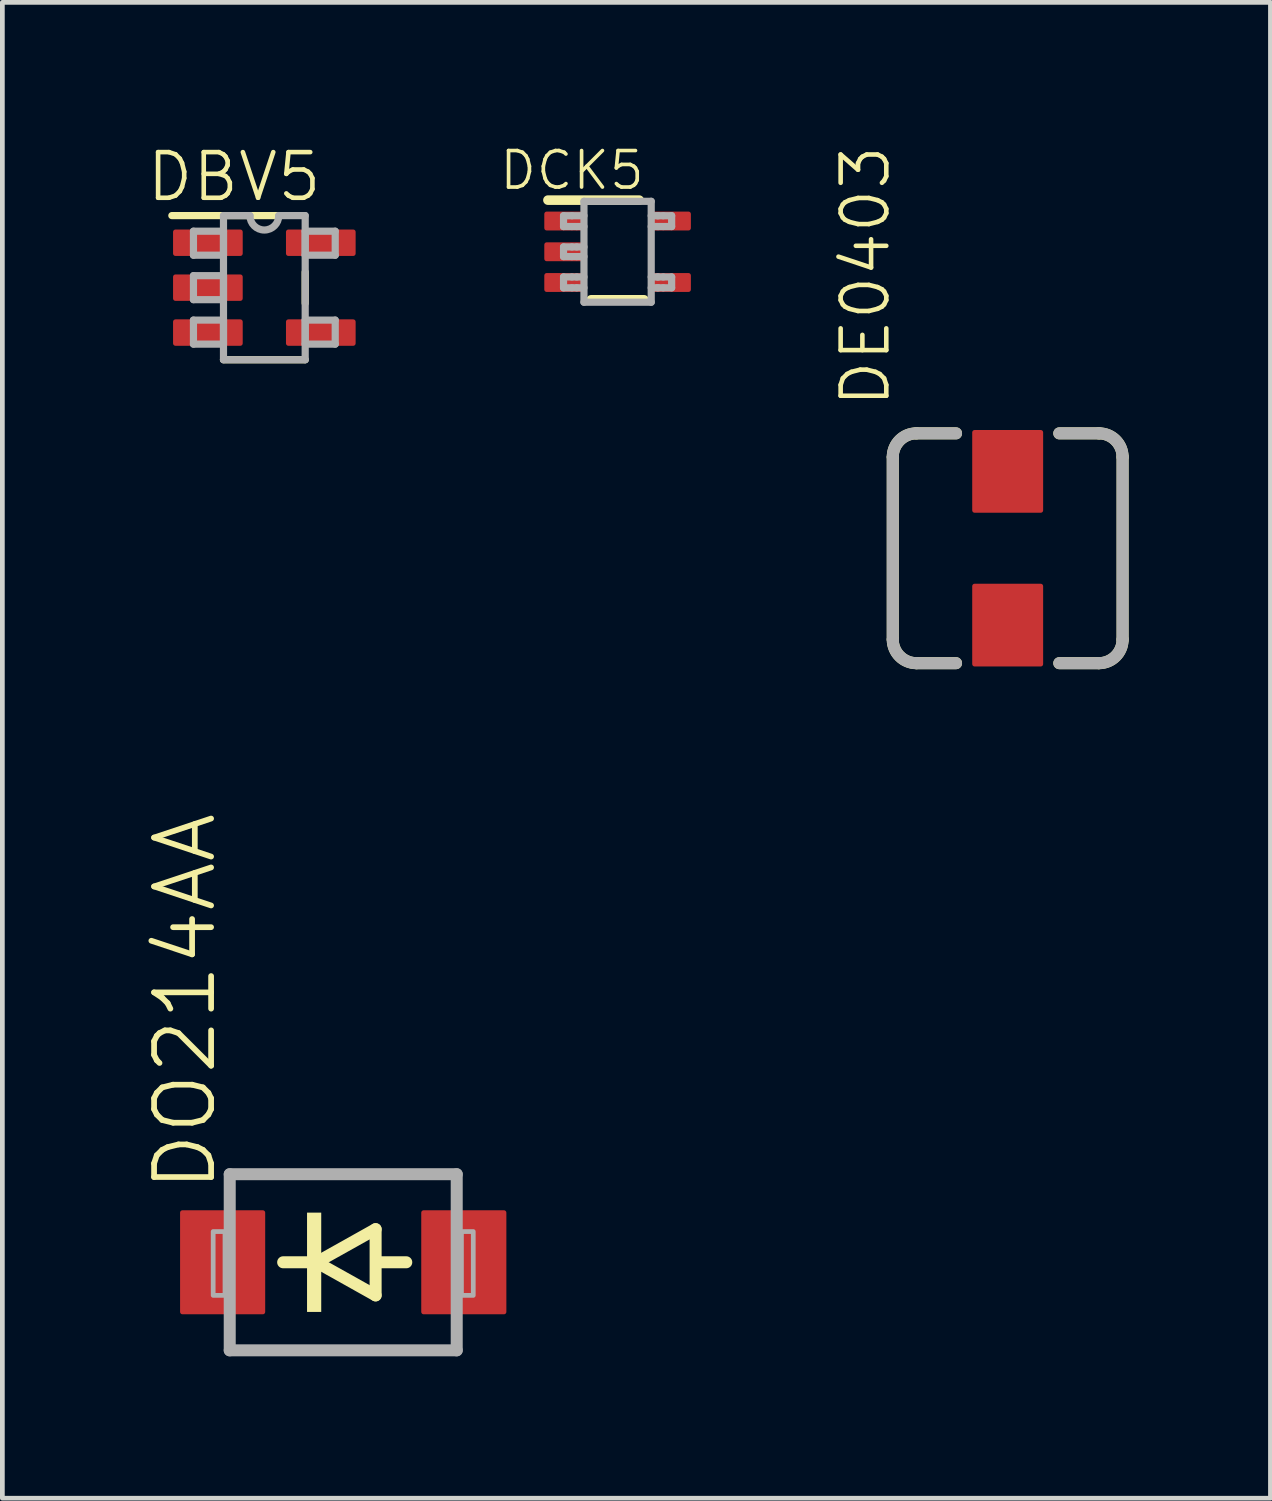
<source format=kicad_pcb>
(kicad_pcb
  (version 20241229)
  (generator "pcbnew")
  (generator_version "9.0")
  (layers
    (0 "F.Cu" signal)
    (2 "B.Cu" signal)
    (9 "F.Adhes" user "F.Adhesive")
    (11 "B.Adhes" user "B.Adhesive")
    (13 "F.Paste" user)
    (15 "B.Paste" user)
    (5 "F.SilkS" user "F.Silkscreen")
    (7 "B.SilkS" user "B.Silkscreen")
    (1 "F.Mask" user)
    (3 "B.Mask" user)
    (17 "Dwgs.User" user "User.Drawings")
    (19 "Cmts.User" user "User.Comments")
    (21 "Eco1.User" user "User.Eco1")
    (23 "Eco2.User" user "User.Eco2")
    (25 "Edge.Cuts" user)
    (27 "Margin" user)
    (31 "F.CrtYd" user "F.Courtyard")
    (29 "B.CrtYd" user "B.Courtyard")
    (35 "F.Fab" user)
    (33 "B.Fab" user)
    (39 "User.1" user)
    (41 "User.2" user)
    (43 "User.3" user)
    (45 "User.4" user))
  (footprint "DCK5"
    (layer "F.Cu")
    (at 10.01 2.274)
    (property "Reference" "DCK5" (at -2.54 -1.27 0) (layer "F.SilkS") (effects (font (size 0.772 0.772) (thickness 0.077)) (justify left bottom)))
    (attr through_hole)
    (fp_line (start -1.473 -1.092) (end 0.457 -1.092) (stroke (width 0.203) (type solid)) (layer "F.SilkS"))
    (fp_line (start -0.559 1.016) (end 0.559 1.016) (stroke (width 0.203) (type solid)) (layer "F.SilkS"))
    (fp_line (start -1.143 -0.762) (end -0.965 -0.762) (stroke (width 0.152) (type solid)) (layer "F.Fab"))
    (fp_line (start -1.143 -0.533) (end -1.143 -0.762) (stroke (width 0.152) (type solid)) (layer "F.Fab"))
    (fp_line (start -1.143 -0.533) (end -0.965 -0.533) (stroke (width 0.152) (type solid)) (layer "F.Fab"))
    (fp_line (start -1.143 -0.102) (end -0.965 -0.102) (stroke (width 0.152) (type solid)) (layer "F.Fab"))
    (fp_line (start -1.143 0.102) (end -1.143 -0.102) (stroke (width 0.152) (type solid)) (layer "F.Fab"))
    (fp_line (start -1.143 0.102) (end -0.965 0.102) (stroke (width 0.152) (type solid)) (layer "F.Fab"))
    (fp_line (start -1.143 0.533) (end -0.965 0.533) (stroke (width 0.152) (type solid)) (layer "F.Fab"))
    (fp_line (start -1.143 0.762) (end -1.143 0.533) (stroke (width 0.152) (type solid)) (layer "F.Fab"))
    (fp_line (start -1.143 0.762) (end -0.965 0.762) (stroke (width 0.152) (type solid)) (layer "F.Fab"))
    (fp_line (start -0.965 -0.762) (end -0.711 -0.762) (stroke (width 0.152) (type solid)) (layer "F.Fab"))
    (fp_line (start -0.965 -0.533) (end -0.864 -0.533) (stroke (width 0.152) (type solid)) (layer "F.Fab"))
    (fp_line (start -0.965 -0.102) (end -0.864 -0.102) (stroke (width 0.152) (type solid)) (layer "F.Fab"))
    (fp_line (start -0.965 0.102) (end -0.864 0.102) (stroke (width 0.152) (type solid)) (layer "F.Fab"))
    (fp_line (start -0.965 0.533) (end -0.864 0.533) (stroke (width 0.152) (type solid)) (layer "F.Fab"))
    (fp_line (start -0.965 0.762) (end -0.864 0.762) (stroke (width 0.152) (type solid)) (layer "F.Fab"))
    (fp_line (start -0.864 -0.533) (end -0.711 -0.533) (stroke (width 0.152) (type solid)) (layer "F.Fab"))
    (fp_line (start -0.864 -0.102) (end -0.711 -0.102) (stroke (width 0.152) (type solid)) (layer "F.Fab"))
    (fp_line (start -0.864 0.102) (end -0.711 0.102) (stroke (width 0.152) (type solid)) (layer "F.Fab"))
    (fp_line (start -0.864 0.533) (end -0.711 0.533) (stroke (width 0.152) (type solid)) (layer "F.Fab"))
    (fp_line (start -0.864 0.762) (end -0.711 0.762) (stroke (width 0.152) (type solid)) (layer "F.Fab"))
    (fp_line (start -0.711 -1.067) (end 0.711 -1.067) (stroke (width 0.152) (type solid)) (layer "F.Fab"))
    (fp_line (start -0.711 1.067) (end -0.711 -1.067) (stroke (width 0.152) (type solid)) (layer "F.Fab"))
    (fp_line (start -0.711 1.067) (end 0.711 1.067) (stroke (width 0.152) (type solid)) (layer "F.Fab"))
    (fp_line (start 0.711 -0.762) (end 0.838 -0.762) (stroke (width 0.152) (type solid)) (layer "F.Fab"))
    (fp_line (start 0.711 -0.533) (end 0.838 -0.533) (stroke (width 0.152) (type solid)) (layer "F.Fab"))
    (fp_line (start 0.711 0.533) (end 0.838 0.533) (stroke (width 0.152) (type solid)) (layer "F.Fab"))
    (fp_line (start 0.711 0.762) (end 0.838 0.762) (stroke (width 0.152) (type solid)) (layer "F.Fab"))
    (fp_line (start 0.711 1.067) (end 0.711 -1.067) (stroke (width 0.152) (type solid)) (layer "F.Fab"))
    (fp_line (start 0.838 -0.762) (end 0.864 -0.762) (stroke (width 0.152) (type solid)) (layer "F.Fab"))
    (fp_line (start 0.838 -0.533) (end 0.864 -0.533) (stroke (width 0.152) (type solid)) (layer "F.Fab"))
    (fp_line (start 0.838 0.533) (end 0.864 0.533) (stroke (width 0.152) (type solid)) (layer "F.Fab"))
    (fp_line (start 0.838 0.762) (end 0.864 0.762) (stroke (width 0.152) (type solid)) (layer "F.Fab"))
    (fp_line (start 0.864 -0.762) (end 0.965 -0.762) (stroke (width 0.152) (type solid)) (layer "F.Fab"))
    (fp_line (start 0.864 -0.533) (end 0.965 -0.533) (stroke (width 0.152) (type solid)) (layer "F.Fab"))
    (fp_line (start 0.864 0.533) (end 0.965 0.533) (stroke (width 0.152) (type solid)) (layer "F.Fab"))
    (fp_line (start 0.864 0.762) (end 0.965 0.762) (stroke (width 0.152) (type solid)) (layer "F.Fab"))
    (fp_line (start 0.965 -0.762) (end 1.143 -0.762) (stroke (width 0.152) (type solid)) (layer "F.Fab"))
    (fp_line (start 0.965 -0.533) (end 1.143 -0.533) (stroke (width 0.152) (type solid)) (layer "F.Fab"))
    (fp_line (start 0.965 0.533) (end 1.143 0.533) (stroke (width 0.152) (type solid)) (layer "F.Fab"))
    (fp_line (start 0.965 0.762) (end 1.143 0.762) (stroke (width 0.152) (type solid)) (layer "F.Fab"))
    (fp_line (start 1.143 -0.533) (end 1.143 -0.762) (stroke (width 0.152) (type solid)) (layer "F.Fab"))
    (fp_line (start 1.143 0.762) (end 1.143 0.533) (stroke (width 0.152) (type solid)) (layer "F.Fab"))
    (pad "1" smd roundrect (at -1.125 -0.65 90) (size 0.4 0.85) (layers "F.Cu" "F.Mask" "F.Paste") (roundrect_rratio 0.127))
    (pad "2" smd roundrect (at -1.125 0 90) (size 0.4 0.85) (layers "F.Cu" "F.Mask" "F.Paste") (roundrect_rratio 0.127))
    (pad "3" smd roundrect (at -1.125 0.65 90) (size 0.4 0.85) (layers "F.Cu" "F.Mask" "F.Paste") (roundrect_rratio 0.127))
    (pad "4" smd roundrect (at 1.125 0.65 90) (size 0.4 0.85) (layers "F.Cu" "F.Mask" "F.Paste") (roundrect_rratio 0.127))
    (pad "5" smd roundrect (at 1.125 -0.65 90) (size 0.4 0.85) (layers "F.Cu" "F.Mask" "F.Paste") (roundrect_rratio 0.127)))
  (footprint "DO214AA"
    (layer "F.Cu")
    (at 4.208 23.643)
    (property "Reference" "DO214AA" (at -2.64 -1.436 90) (layer "F.SilkS") (effects (font (size 1.206 1.206) (thickness 0.121)) (justify left bottom)))
    (attr through_hole)
    (fp_line (start -0.635 0) (end -1.27 0) (stroke (width 0.254) (type solid)) (layer "F.SilkS"))
    (fp_line (start -0.565 0) (end 0.685 -0.7) (stroke (width 0.254) (type solid)) (layer "F.SilkS"))
    (fp_line (start 0.685 -0.7) (end 0.685 0.7) (stroke (width 0.254) (type solid)) (layer "F.SilkS"))
    (fp_line (start 0.685 0.7) (end -0.565 0) (stroke (width 0.254) (type solid)) (layer "F.SilkS"))
    (fp_line (start 1.333 0) (end 0.699 0) (stroke (width 0.254) (type solid)) (layer "F.SilkS"))
    (fp_poly (pts (xy -0.765 1.05) (xy -0.465 1.05) (xy -0.465 -1.05) (xy -0.765 -1.05)) (stroke (width 0) (type solid)) (fill yes) (layer "F.SilkS"))
    (fp_line (start -2.4 -1.862) (end 2.4 -1.862) (stroke (width 0.254) (type solid)) (layer "F.Fab"))
    (fp_line (start -2.4 1.862) (end -2.4 -1.862) (stroke (width 0.254) (type solid)) (layer "F.Fab"))
    (fp_line (start 2.4 -1.862) (end 2.4 1.862) (stroke (width 0.254) (type solid)) (layer "F.Fab"))
    (fp_line (start 2.4 1.862) (end -2.4 1.862) (stroke (width 0.254) (type solid)) (layer "F.Fab"))
    (fp_poly (pts (xy -2.75 0.7) (xy -2.5 0.7) (xy -2.5 -0.65) (xy -2.75 -0.65)) (stroke (width 0.1) (type solid)) (fill no) (layer "F.Fab"))
    (fp_poly (pts (xy 2.5 0.7) (xy 2.75 0.7) (xy 2.75 -0.65) (xy 2.5 -0.65)) (stroke (width 0.1) (type solid)) (fill no) (layer "F.Fab"))
    (pad "A" smd roundrect (at 2.55 0) (size 1.8 2.2) (layers "F.Cu" "F.Mask" "F.Paste") (roundrect_rratio 0.028))
    (pad "C" smd roundrect (at -2.55 0) (size 1.8 2.2) (layers "F.Cu" "F.Mask" "F.Paste") (roundrect_rratio 0.028)))
  (footprint "DBV5"
    (layer "F.Cu")
    (at 2.54 3.033)
    (property "Reference" "DBV5" (at -2.54 -1.778 0) (layer "F.SilkS") (effects (font (size 0.965 0.965) (thickness 0.097)) (justify left bottom)))
    (attr through_hole)
    (fp_line (start -0.864 1.524) (end 0.864 1.524) (stroke (width 0.152) (type solid)) (layer "F.SilkS"))
    (fp_line (start 0.305 -1.524) (end -1.956 -1.524) (stroke (width 0.152) (type solid)) (layer "F.SilkS"))
    (fp_line (start 0.864 0.33) (end 0.864 -0.33) (stroke (width 0.152) (type solid)) (layer "F.SilkS"))
    (fp_line (start -1.499 -1.194) (end -1.499 -0.686) (stroke (width 0.152) (type solid)) (layer "F.Fab"))
    (fp_line (start -1.499 -0.686) (end -0.864 -0.686) (stroke (width 0.152) (type solid)) (layer "F.Fab"))
    (fp_line (start -1.499 -0.254) (end -1.499 0.254) (stroke (width 0.152) (type solid)) (layer "F.Fab"))
    (fp_line (start -1.499 0.254) (end -0.864 0.254) (stroke (width 0.152) (type solid)) (layer "F.Fab"))
    (fp_line (start -1.499 0.686) (end -1.499 1.194) (stroke (width 0.152) (type solid)) (layer "F.Fab"))
    (fp_line (start -1.499 1.194) (end -0.864 1.194) (stroke (width 0.152) (type solid)) (layer "F.Fab"))
    (fp_line (start -0.864 -1.524) (end -0.864 1.524) (stroke (width 0.152) (type solid)) (layer "F.Fab"))
    (fp_line (start -0.864 -1.194) (end -1.499 -1.194) (stroke (width 0.152) (type solid)) (layer "F.Fab"))
    (fp_line (start -0.864 -0.686) (end -0.864 -1.194) (stroke (width 0.152) (type solid)) (layer "F.Fab"))
    (fp_line (start -0.864 -0.254) (end -1.499 -0.254) (stroke (width 0.152) (type solid)) (layer "F.Fab"))
    (fp_line (start -0.864 0.254) (end -0.864 -0.254) (stroke (width 0.152) (type solid)) (layer "F.Fab"))
    (fp_line (start -0.864 0.686) (end -1.499 0.686) (stroke (width 0.152) (type solid)) (layer "F.Fab"))
    (fp_line (start -0.864 1.194) (end -0.864 0.686) (stroke (width 0.152) (type solid)) (layer "F.Fab"))
    (fp_line (start -0.864 1.524) (end 0.864 1.524) (stroke (width 0.152) (type solid)) (layer "F.Fab"))
    (fp_line (start -0.305 -1.524) (end -0.864 -1.524) (stroke (width 0.152) (type solid)) (layer "F.Fab"))
    (fp_line (start 0.305 -1.524) (end 0.864 -1.524) (stroke (width 0.152) (type solid)) (layer "F.Fab"))
    (fp_line (start 0.864 -1.194) (end 0.864 -0.686) (stroke (width 0.152) (type solid)) (layer "F.Fab"))
    (fp_line (start 0.864 -0.686) (end 1.499 -0.686) (stroke (width 0.152) (type solid)) (layer "F.Fab"))
    (fp_line (start 0.864 0.686) (end 0.864 1.194) (stroke (width 0.152) (type solid)) (layer "F.Fab"))
    (fp_line (start 0.864 1.194) (end 1.499 1.194) (stroke (width 0.152) (type solid)) (layer "F.Fab"))
    (fp_line (start 0.864 1.524) (end 0.864 -1.524) (stroke (width 0.152) (type solid)) (layer "F.Fab"))
    (fp_line (start 1.499 -1.194) (end 0.864 -1.194) (stroke (width 0.152) (type solid)) (layer "F.Fab"))
    (fp_line (start 1.499 -0.686) (end 1.499 -1.194) (stroke (width 0.152) (type solid)) (layer "F.Fab"))
    (fp_line (start 1.499 0.686) (end 0.864 0.686) (stroke (width 0.152) (type solid)) (layer "F.Fab"))
    (fp_line (start 1.499 1.194) (end 1.499 0.686) (stroke (width 0.152) (type solid)) (layer "F.Fab"))
    (fp_arc (start 0.3048 -1.524) (mid 0 -1.2192) (end -0.3048 -1.524) (stroke (width 0.1524) (type solid)) (layer "F.Fab"))
    (pad "1" smd roundrect (at -1.194 -0.95) (size 1.473 0.559) (layers "F.Cu" "F.Mask" "F.Paste") (roundrect_rratio 0.091))
    (pad "2" smd roundrect (at -1.194 0) (size 1.473 0.559) (layers "F.Cu" "F.Mask" "F.Paste") (roundrect_rratio 0.091))
    (pad "3" smd roundrect (at -1.194 0.95) (size 1.473 0.559) (layers "F.Cu" "F.Mask" "F.Paste") (roundrect_rratio 0.091))
    (pad "4" smd roundrect (at 1.194 0.95) (size 1.473 0.559) (layers "F.Cu" "F.Mask" "F.Paste") (roundrect_rratio 0.091))
    (pad "5" smd roundrect (at 1.194 -0.95) (size 1.473 0.559) (layers "F.Cu" "F.Mask" "F.Paste") (roundrect_rratio 0.091)))
  (footprint "DE0403"
    (layer "F.Cu")
    (at 18.259 8.544)
    (property "Reference" "DE0403" (at -2.444 -2.932 270) (layer "F.SilkS") (effects (font (size 0.965 0.965) (thickness 0.097)) (justify left bottom)))
    (attr through_hole)
    (fp_line (start -2.43 1.93) (end -2.43 -1.93) (stroke (width 0.254) (type solid)) (layer "F.SilkS"))
    (fp_line (start -1.092 -2.43) (end -1.93 -2.43) (stroke (width 0.254) (type solid)) (layer "F.SilkS"))
    (fp_line (start -1.092 2.43) (end -1.93 2.43) (stroke (width 0.254) (type solid)) (layer "F.SilkS"))
    (fp_line (start 1.092 -2.43) (end 1.93 -2.43) (stroke (width 0.254) (type solid)) (layer "F.SilkS"))
    (fp_line (start 1.092 2.43) (end 1.93 2.43) (stroke (width 0.254) (type solid)) (layer "F.SilkS"))
    (fp_line (start 2.43 -1.93) (end 2.43 1.93) (stroke (width 0.254) (type solid)) (layer "F.SilkS"))
    (fp_arc (start -2.43 -1.93) (mid -2.283553 -2.283553) (end -1.93 -2.43) (stroke (width 0.254) (type solid)) (layer "F.SilkS"))
    (fp_arc (start -1.93 2.43) (mid -2.283553 2.283553) (end -2.43 1.93) (stroke (width 0.254) (type solid)) (layer "F.SilkS"))
    (fp_arc (start 1.93 -2.43) (mid 2.283553 -2.283553) (end 2.43 -1.93) (stroke (width 0.254) (type solid)) (layer "F.SilkS"))
    (fp_arc (start 2.43 1.93) (mid 2.283553 2.283553) (end 1.93 2.43) (stroke (width 0.254) (type solid)) (layer "F.SilkS"))
    (fp_line (start -2.43 1.93) (end -2.43 -1.93) (stroke (width 0.254) (type solid)) (layer "F.Fab"))
    (fp_line (start -1.092 -2.43) (end -1.93 -2.43) (stroke (width 0.254) (type solid)) (layer "F.Fab"))
    (fp_line (start -1.092 2.43) (end -1.93 2.43) (stroke (width 0.254) (type solid)) (layer "F.Fab"))
    (fp_line (start 1.092 -2.43) (end 1.93 -2.43) (stroke (width 0.254) (type solid)) (layer "F.Fab"))
    (fp_line (start 1.092 2.43) (end 1.93 2.43) (stroke (width 0.254) (type solid)) (layer "F.Fab"))
    (fp_line (start 2.43 -1.93) (end 2.43 1.93) (stroke (width 0.254) (type solid)) (layer "F.Fab"))
    (fp_arc (start -2.43 -1.93) (mid -2.283553 -2.283553) (end -1.93 -2.43) (stroke (width 0.254) (type solid)) (layer "F.Fab"))
    (fp_arc (start -1.93 2.43) (mid -2.283553 2.283553) (end -2.43 1.93) (stroke (width 0.254) (type solid)) (layer "F.Fab"))
    (fp_arc (start 1.93 -2.43) (mid 2.283553 -2.283553) (end 2.43 -1.93) (stroke (width 0.254) (type solid)) (layer "F.Fab"))
    (fp_arc (start 2.43 1.93) (mid 2.283553 2.283553) (end 1.93 2.43) (stroke (width 0.254) (type solid)) (layer "F.Fab"))
    (pad "1" smd roundrect (at 0 -1.626) (size 1.5 1.75) (layers "F.Cu" "F.Mask" "F.Paste") (roundrect_rratio 0.034))
    (pad "2" smd roundrect (at 0 1.625) (size 1.5 1.75) (layers "F.Cu" "F.Mask" "F.Paste") (roundrect_rratio 0.034)))
  (gr_rect
    (start -3 -3)
    (end 23.816 28.632)
    (stroke (width 0.1) (type default))
    (fill no)
    (layer "Edge.Cuts")))
</source>
